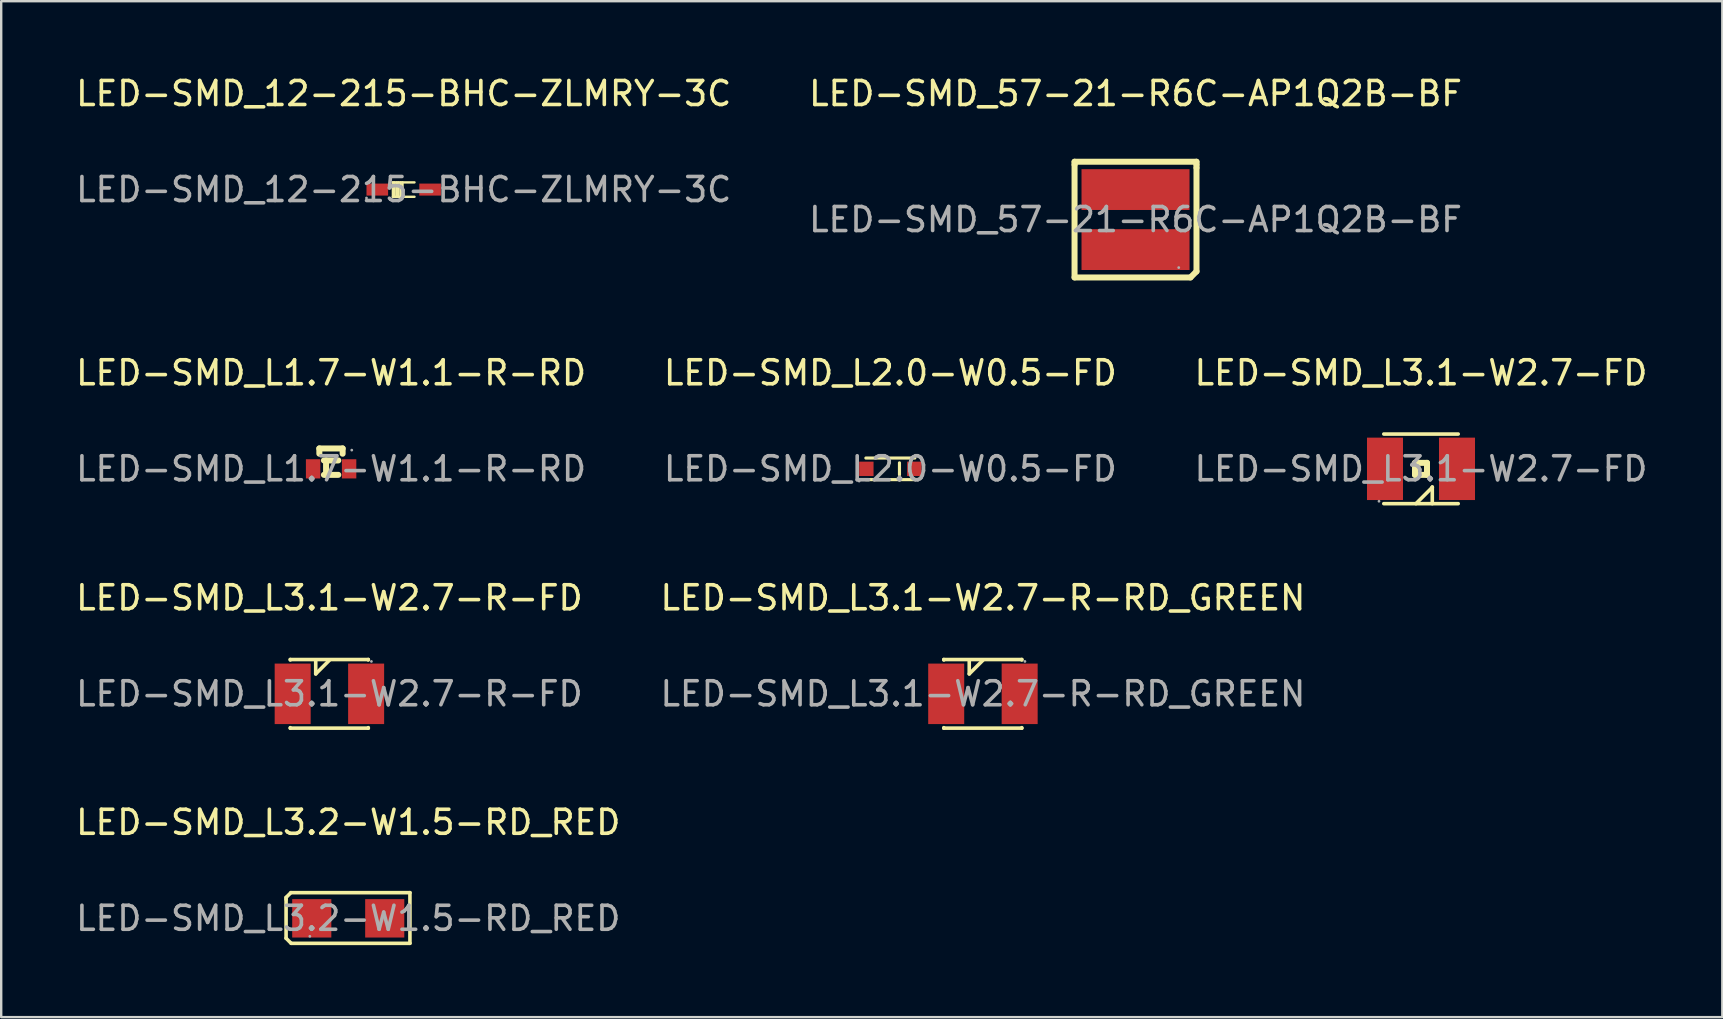
<source format=kicad_pcb>
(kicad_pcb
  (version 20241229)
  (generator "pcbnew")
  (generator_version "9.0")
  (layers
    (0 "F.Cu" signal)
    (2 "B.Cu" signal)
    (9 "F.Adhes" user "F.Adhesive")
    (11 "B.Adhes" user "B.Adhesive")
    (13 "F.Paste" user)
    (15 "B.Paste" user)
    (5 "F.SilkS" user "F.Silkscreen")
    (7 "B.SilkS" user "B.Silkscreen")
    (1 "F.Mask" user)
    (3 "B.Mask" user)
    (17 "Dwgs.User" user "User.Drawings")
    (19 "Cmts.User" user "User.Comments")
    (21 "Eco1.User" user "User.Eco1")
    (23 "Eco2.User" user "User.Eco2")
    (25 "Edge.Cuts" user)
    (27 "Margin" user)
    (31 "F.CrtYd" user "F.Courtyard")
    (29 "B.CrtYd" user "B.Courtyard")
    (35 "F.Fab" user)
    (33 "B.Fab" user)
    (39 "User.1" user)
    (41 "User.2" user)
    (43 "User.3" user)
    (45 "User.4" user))
  (footprint "LED-SMD_L3.2-W1.5-RD_RED"
    (layer "F.Cu")
    (at 11.458 35.208)
    (property "Reference" "LED-SMD_L3.2-W1.5-RD_RED" (at 0 -4 0) (layer "F.SilkS") (effects (font (size 1 1) (thickness 0.15))))
    (attr through_hole)
    (fp_line (start -2.59 -0.87) (end -2.39 -1.07) (stroke (width 0.15) (type solid)) (layer "F.SilkS"))
    (fp_line (start -2.59 -0.79) (end -2.59 -0.87) (stroke (width 0.15) (type solid)) (layer "F.SilkS"))
    (fp_line (start -2.59 -0.79) (end -2.59 0.83) (stroke (width 0.15) (type solid)) (layer "F.SilkS"))
    (fp_line (start -2.59 0.83) (end -2.38 1.04) (stroke (width 0.15) (type solid)) (layer "F.SilkS"))
    (fp_line (start -2.39 -1.07) (end 2.57 -1.07) (stroke (width 0.15) (type solid)) (layer "F.SilkS"))
    (fp_line (start 2.57 -1.07) (end 2.57 1.04) (stroke (width 0.15) (type solid)) (layer "F.SilkS"))
    (fp_line (start 2.57 1.04) (end -2.38 1.04) (stroke (width 0.15) (type solid)) (layer "F.SilkS"))
    (fp_circle (center -1.6 0.75) (end -1.57 0.75) (stroke (width 0.06) (type solid)) (fill no) (layer "F.Fab"))
    (fp_text user "${REFERENCE}" (at 0 0 0) (layer "F.Fab") (effects (font (size 1 1) (thickness 0.15))))
    (pad "1" smd rect (at -1.52 0) (size 1.63 1.6) (layers "F.Cu" "F.Mask" "F.Paste"))
    (pad "2" smd rect (at 1.52 0) (size 1.63 1.6) (layers "F.Cu" "F.Mask" "F.Paste")))
  (footprint "LED-SMD_L1.7-W1.1-R-RD"
    (layer "F.Cu")
    (at 10.744 16.482)
    (property "Reference" "LED-SMD_L1.7-W1.1-R-RD" (at 0 -4 0) (layer "F.SilkS") (effects (font (size 1 1) (thickness 0.15))))
    (attr through_hole)
    (fp_line (start -0.49 -0.85) (end -0.49 -0.63) (stroke (width 0.25) (type solid)) (layer "F.SilkS"))
    (fp_line (start -0.3 0.25) (end 0.3 0.25) (stroke (width 0.25) (type solid)) (layer "F.SilkS"))
    (fp_line (start -0.21 -0.35) (end -0.21 0.25) (stroke (width 0.25) (type solid)) (layer "F.SilkS"))
    (fp_line (start 0.3 -0.35) (end -0.3 -0.35) (stroke (width 0.25) (type solid)) (layer "F.SilkS"))
    (fp_line (start 0.48 -0.85) (end -0.49 -0.85) (stroke (width 0.25) (type solid)) (layer "F.SilkS"))
    (fp_line (start 0.48 -0.85) (end 0.48 -0.63) (stroke (width 0.25) (type solid)) (layer "F.SilkS"))
    (fp_circle (center 0.86 -0.78) (end 0.89 -0.78) (stroke (width 0.06) (type solid)) (fill no) (layer "F.Fab"))
    (fp_text user "${REFERENCE}" (at 0 0 0) (layer "F.Fab") (effects (font (size 1 1) (thickness 0.15))))
    (pad "1" smd rect (at 0.75 0) (size 0.6 0.8) (layers "F.Cu" "F.Mask" "F.Paste"))
    (pad "2" smd rect (at -0.75 0) (size 0.6 0.8) (layers "F.Cu" "F.Mask" "F.Paste")))
  (footprint "LED-SMD_L3.1-W2.7-FD"
    (layer "F.Cu")
    (at 56.149 16.482)
    (property "Reference" "LED-SMD_L3.1-W2.7-FD" (at 0 -4 0) (layer "F.SilkS") (effects (font (size 1 1) (thickness 0.15))))
    (attr through_hole)
    (fp_line (start -1.55 1.45) (end 1.55 1.45) (stroke (width 0.15) (type solid)) (layer "F.SilkS"))
    (fp_line (start -0.25 -0.25) (end 0.25 -0.25) (stroke (width 0.25) (type solid)) (layer "F.SilkS"))
    (fp_line (start -0.25 0.25) (end -0.25 -0.25) (stroke (width 0.25) (type solid)) (layer "F.SilkS"))
    (fp_line (start 0.25 -0.25) (end 0.25 0.25) (stroke (width 0.25) (type solid)) (layer "F.SilkS"))
    (fp_line (start 0.25 0.25) (end -0.25 0.25) (stroke (width 0.25) (type solid)) (layer "F.SilkS"))
    (fp_line (start 0.47 0.76) (end 0.47 0.77) (stroke (width 0.15) (type solid)) (layer "F.SilkS"))
    (fp_line (start 0.47 0.77) (end -0.21 1.45) (stroke (width 0.15) (type solid)) (layer "F.SilkS"))
    (fp_line (start 0.47 1.45) (end 0.47 0.76) (stroke (width 0.15) (type solid)) (layer "F.SilkS"))
    (fp_line (start 1.55 -1.45) (end -1.55 -1.45) (stroke (width 0.15) (type solid)) (layer "F.SilkS"))
    (fp_circle (center -1.75 1.35) (end -1.72 1.35) (stroke (width 0.06) (type solid)) (fill no) (layer "F.Fab"))
    (fp_text user "${REFERENCE}" (at 0 0 0) (layer "F.Fab") (effects (font (size 1 1) (thickness 0.15))))
    (pad "1" smd rect (at -1.5 0) (size 1.5 2.6) (layers "F.Cu" "F.Mask" "F.Paste"))
    (pad "2" smd rect (at 1.5 0) (size 1.5 2.6) (layers "F.Cu" "F.Mask" "F.Paste")))
  (footprint "LED-SMD_57-21-R6C-AP1Q2B-BF"
    (layer "F.Cu")
    (at 44.256 6.098)
    (property "Reference" "LED-SMD_57-21-R6C-AP1Q2B-BF" (at 0 -5.25 0) (layer "F.SilkS") (effects (font (size 1 1) (thickness 0.15))))
    (attr through_hole)
    (fp_line (start -2.54 -2.41) (end -2.54 -2.29) (stroke (width 0.25) (type solid)) (layer "F.SilkS"))
    (fp_line (start -2.54 2.41) (end -2.54 -2.29) (stroke (width 0.25) (type solid)) (layer "F.SilkS"))
    (fp_line (start 2.29 2.41) (end -2.54 2.41) (stroke (width 0.25) (type solid)) (layer "F.SilkS"))
    (fp_line (start 2.54 -2.41) (end -2.54 -2.41) (stroke (width 0.25) (type solid)) (layer "F.SilkS"))
    (fp_line (start 2.54 -2.29) (end 2.54 -2.41) (stroke (width 0.25) (type solid)) (layer "F.SilkS"))
    (fp_line (start 2.54 -2.16) (end 2.54 -2.29) (stroke (width 0.25) (type solid)) (layer "F.SilkS"))
    (fp_line (start 2.54 2.16) (end 2.29 2.41) (stroke (width 0.25) (type solid)) (layer "F.SilkS"))
    (fp_line (start 2.54 2.16) (end 2.54 -2.16) (stroke (width 0.25) (type solid)) (layer "F.SilkS"))
    (fp_circle (center 1.8 2) (end 1.83 2) (stroke (width 0.06) (type solid)) (fill no) (layer "F.Fab"))
    (fp_text user "${REFERENCE}" (at 0 0 0) (layer "F.Fab") (effects (font (size 1 1) (thickness 0.15))))
    (pad "1" smd rect (at 0 1.25 90) (size 1.7 4.5) (layers "F.Cu" "F.Mask" "F.Paste"))
    (pad "2" smd rect (at 0 -1.25 90) (size 1.7 4.5) (layers "F.Cu" "F.Mask" "F.Paste")))
  (footprint "LED-SMD_L2.0-W0.5-FD"
    (layer "F.Cu")
    (at 34.042 16.482)
    (property "Reference" "LED-SMD_L2.0-W0.5-FD" (at 0 -4 0) (layer "F.SilkS") (effects (font (size 1 1) (thickness 0.15))))
    (attr through_hole)
    (fp_line (start -1.02 -0.45) (end 1.02 -0.45) (stroke (width 0.13) (type solid)) (layer "F.SilkS"))
    (fp_line (start -1.02 0.45) (end 1.02 0.45) (stroke (width 0.13) (type solid)) (layer "F.SilkS"))
    (fp_line (start 0.38 -0.25) (end 0.38 0.25) (stroke (width 0.13) (type solid)) (layer "F.SilkS"))
    (fp_circle (center -1.3 0.51) (end -1.27 0.51) (stroke (width 0.06) (type solid)) (fill no) (layer "F.Fab"))
    (fp_text user "${REFERENCE}" (at 0 0 0) (layer "F.Fab") (effects (font (size 1 1) (thickness 0.15))))
    (pad "1" smd rect (at -1 0) (size 0.6 0.6) (layers "F.Cu" "F.Mask" "F.Paste"))
    (pad "2" smd rect (at 1 0) (size 0.6 0.6) (layers "F.Cu" "F.Mask" "F.Paste")))
  (footprint "LED-SMD_L3.1-W2.7-R-RD_GREEN"
    (layer "F.Cu")
    (at 37.899 25.855)
    (property "Reference" "LED-SMD_L3.1-W2.7-R-RD_GREEN" (at 0 -4 0) (layer "F.SilkS") (effects (font (size 1 1) (thickness 0.15))))
    (attr through_hole)
    (fp_line (start -1.63 -1.43) (end -1.63 -1.41) (stroke (width 0.15) (type solid)) (layer "F.SilkS"))
    (fp_line (start -1.63 1.43) (end -1.63 1.41) (stroke (width 0.15) (type solid)) (layer "F.SilkS"))
    (fp_line (start -0.57 -0.83) (end -0.57 -1.37) (stroke (width 0.15) (type solid)) (layer "F.SilkS"))
    (fp_line (start 0 -1.4) (end -0.57 -0.83) (stroke (width 0.15) (type solid)) (layer "F.SilkS"))
    (fp_line (start 1.62 -1.43) (end -1.63 -1.43) (stroke (width 0.15) (type solid)) (layer "F.SilkS"))
    (fp_line (start 1.62 -1.41) (end 1.62 -1.43) (stroke (width 0.15) (type solid)) (layer "F.SilkS"))
    (fp_line (start 1.62 1.41) (end 1.62 1.43) (stroke (width 0.15) (type solid)) (layer "F.SilkS"))
    (fp_line (start 1.62 1.43) (end -1.63 1.43) (stroke (width 0.15) (type solid)) (layer "F.SilkS"))
    (fp_circle (center 1.75 -1.35) (end 1.78 -1.35) (stroke (width 0.06) (type solid)) (fill no) (layer "F.Fab"))
    (fp_text user "${REFERENCE}" (at 0 0 0) (layer "F.Fab") (effects (font (size 1 1) (thickness 0.15))))
    (pad "1" smd rect (at 1.53 0 180) (size 1.5 2.52) (layers "F.Cu" "F.Mask" "F.Paste"))
    (pad "2" smd rect (at -1.53 0 180) (size 1.5 2.52) (layers "F.Cu" "F.Mask" "F.Paste")))
  (footprint "LED-SMD_12-215-BHC-ZLMRY-3C"
    (layer "F.Cu")
    (at 13.768 4.848)
    (property "Reference" "LED-SMD_12-215-BHC-ZLMRY-3C" (at 0 -4 0) (layer "F.SilkS") (effects (font (size 1 1) (thickness 0.15))))
    (attr through_hole)
    (fp_line (start -0.45 -0.3) (end -0.45 0.3) (stroke (width 0.1) (type solid)) (layer "F.SilkS"))
    (fp_line (start -0.45 -0.3) (end 0.45 -0.3) (stroke (width 0.1) (type solid)) (layer "F.SilkS"))
    (fp_line (start -0.45 0.3) (end 0.45 0.3) (stroke (width 0.1) (type solid)) (layer "F.SilkS"))
    (fp_line (start -0.38 -0.3) (end -0.38 0.3) (stroke (width 0.1) (type solid)) (layer "F.SilkS"))
    (fp_line (start -0.29 -0.3) (end -0.29 0.3) (stroke (width 0.1) (type solid)) (layer "F.SilkS"))
    (fp_line (start -0.22 -0.3) (end -0.22 0.3) (stroke (width 0.1) (type solid)) (layer "F.SilkS"))
    (fp_line (start -0.13 -0.3) (end -0.13 0.3) (stroke (width 0.1) (type solid)) (layer "F.SilkS"))
    (fp_line (start -0.05 -0.3) (end -0.05 0.3) (stroke (width 0.1) (type solid)) (layer "F.SilkS"))
    (fp_circle (center -1.55 0.35) (end -1.52 0.35) (stroke (width 0.06) (type solid)) (fill no) (layer "F.Fab"))
    (fp_text user "${REFERENCE}" (at 0 0 0) (layer "F.Fab") (effects (font (size 1 1) (thickness 0.15))))
    (pad "1" smd rect (at -1.1 0 90) (size 0.5 0.9) (layers "F.Cu" "F.Mask" "F.Paste"))
    (pad "2" smd rect (at 1.1 0 90) (size 0.5 0.9) (layers "F.Cu" "F.Mask" "F.Paste")))
  (footprint "LED-SMD_L3.1-W2.7-R-FD"
    (layer "F.Cu")
    (at 10.673 25.855)
    (property "Reference" "LED-SMD_L3.1-W2.7-R-FD" (at 0 -4 0) (layer "F.SilkS") (effects (font (size 1 1) (thickness 0.15))))
    (attr through_hole)
    (fp_line (start -1.63 -1.43) (end -1.63 -1.41) (stroke (width 0.15) (type solid)) (layer "F.SilkS"))
    (fp_line (start -1.63 1.43) (end -1.63 1.41) (stroke (width 0.15) (type solid)) (layer "F.SilkS"))
    (fp_line (start -0.57 -0.83) (end -0.57 -1.37) (stroke (width 0.15) (type solid)) (layer "F.SilkS"))
    (fp_line (start 0 -1.4) (end -0.57 -0.83) (stroke (width 0.15) (type solid)) (layer "F.SilkS"))
    (fp_line (start 1.62 -1.43) (end -1.63 -1.43) (stroke (width 0.15) (type solid)) (layer "F.SilkS"))
    (fp_line (start 1.62 -1.41) (end 1.62 -1.43) (stroke (width 0.15) (type solid)) (layer "F.SilkS"))
    (fp_line (start 1.62 1.41) (end 1.62 1.43) (stroke (width 0.15) (type solid)) (layer "F.SilkS"))
    (fp_line (start 1.62 1.43) (end -1.63 1.43) (stroke (width 0.15) (type solid)) (layer "F.SilkS"))
    (fp_circle (center 1.75 -1.35) (end 1.78 -1.35) (stroke (width 0.06) (type solid)) (fill no) (layer "F.Fab"))
    (fp_text user "${REFERENCE}" (at 0 0 0) (layer "F.Fab") (effects (font (size 1 1) (thickness 0.15))))
    (pad "1" smd rect (at 1.53 0 180) (size 1.5 2.52) (layers "F.Cu" "F.Mask" "F.Paste"))
    (pad "2" smd rect (at -1.53 0 180) (size 1.5 2.52) (layers "F.Cu" "F.Mask" "F.Paste")))
  (gr_rect
    (start -3 -3)
    (end 68.702 39.323)
    (stroke (width 0.1) (type default))
    (fill no)
    (layer "Edge.Cuts")))
</source>
